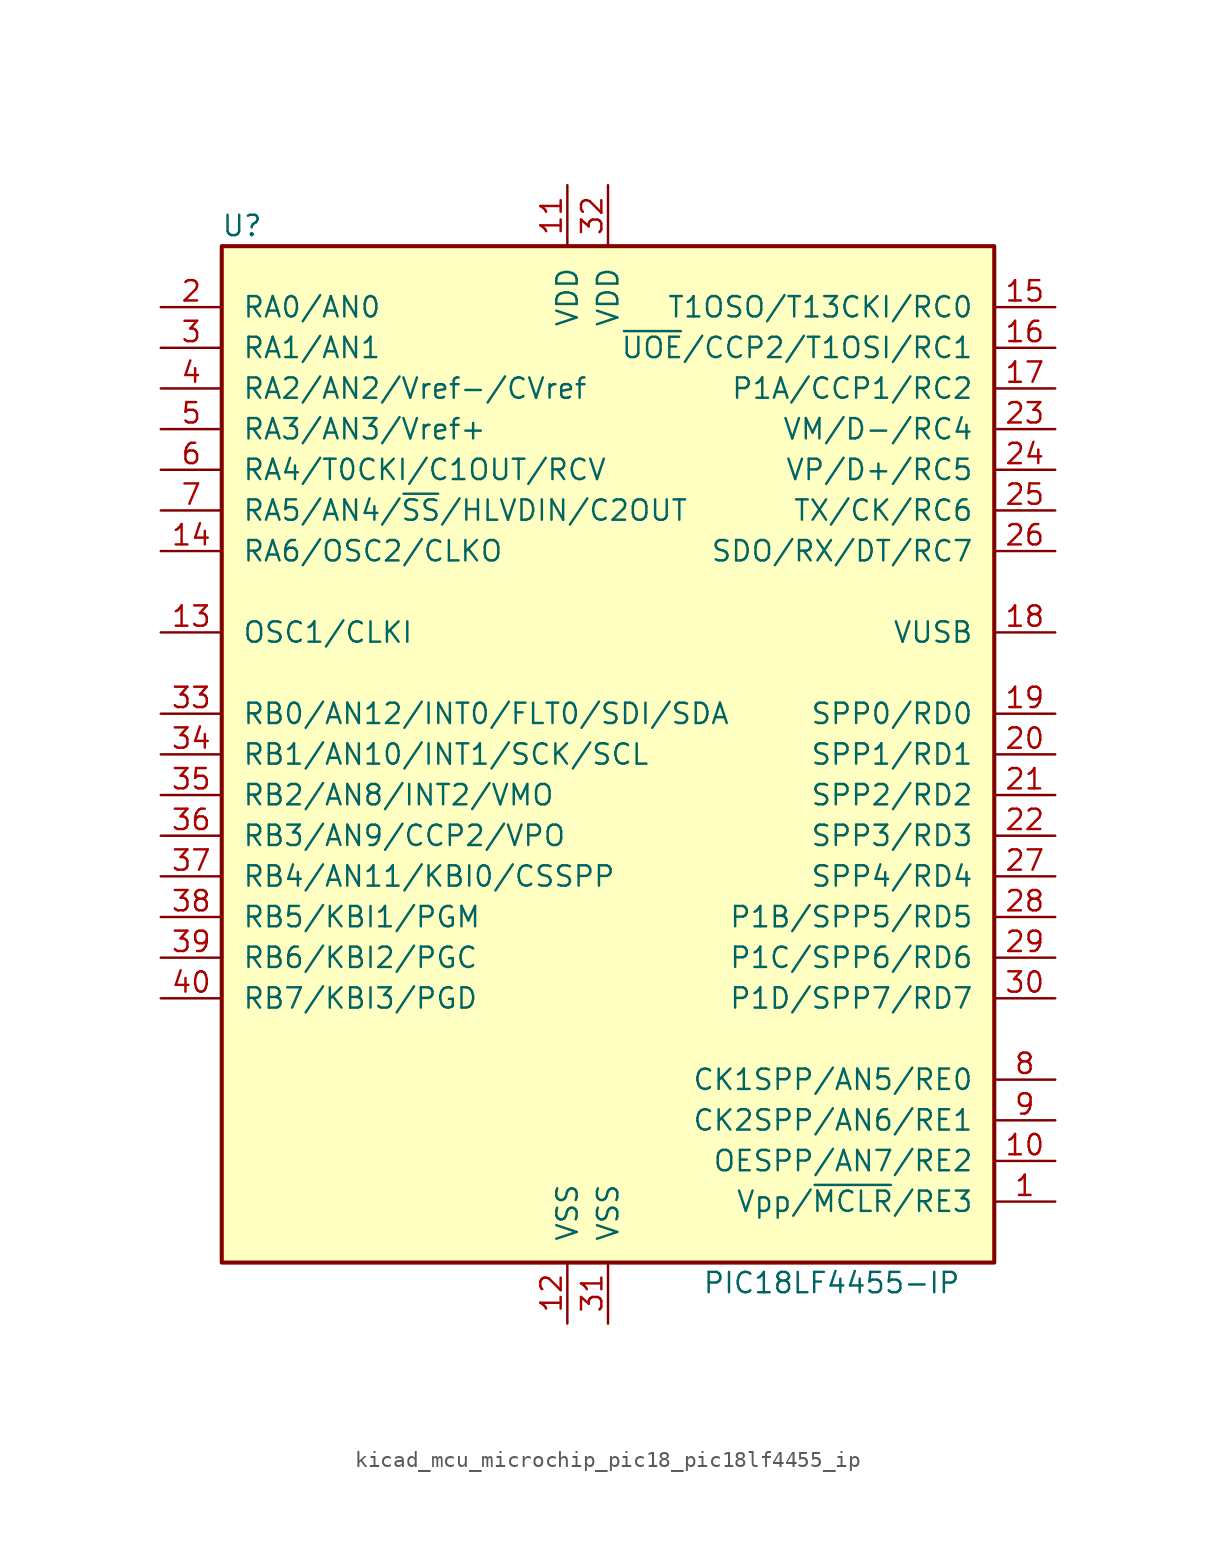
<source format=kicad_sym>
(kicad_symbol_lib
  (version 20220914)
  (generator kicad_symbol_editor)
  (symbol "kicad_mcu_microchip_pic18_pic18lf4455_ip"
    (pin_names
      (offset 1.27))
    (property "Reference" "U"
      (at -22.86 33.02 0)
      (effects (font (size 1.27 1.27))))
    (property "Value" "PIC18LF4455-IP"
      (at 13.97 -33.02 0)
      (effects (font (size 1.27 1.27))))
    (symbol "kicad_mcu_microchip_pic18_pic18lf4455_ip_0_1"
      (rectangle (start -24.13 31.75) (end 24.13 -31.75) (stroke (width 0.254) (type default)) (fill (type background))))
    (symbol "kicad_mcu_microchip_pic18_pic18lf4455_ip_1_1"
      (pin input line (at 27.94 -27.94 180) (length 3.81) (name "Vpp/~{MCLR}/RE3" (effects (font (size 1.27 1.27)))) (number "1" (effects (font (size 1.27 1.27)))))
      (pin bidirectional line (at 27.94 -25.4 180) (length 3.81) (name "OESPP/AN7/RE2" (effects (font (size 1.27 1.27)))) (number "10" (effects (font (size 1.27 1.27)))))
      (pin power_in line (at -2.54 35.56 270) (length 3.81) (name "VDD" (effects (font (size 1.27 1.27)))) (number "11" (effects (font (size 1.27 1.27)))))
      (pin power_in line (at -2.54 -35.56 90) (length 3.81) (name "VSS" (effects (font (size 1.27 1.27)))) (number "12" (effects (font (size 1.27 1.27)))))
      (pin input line (at -27.94 7.62 0) (length 3.81) (name "OSC1/CLKI" (effects (font (size 1.27 1.27)))) (number "13" (effects (font (size 1.27 1.27)))))
      (pin output line (at -27.94 12.7 0) (length 3.81) (name "RA6/OSC2/CLKO" (effects (font (size 1.27 1.27)))) (number "14" (effects (font (size 1.27 1.27)))))
      (pin bidirectional line (at 27.94 27.94 180) (length 3.81) (name "T1OSO/T13CKI/RC0" (effects (font (size 1.27 1.27)))) (number "15" (effects (font (size 1.27 1.27)))))
      (pin bidirectional line (at 27.94 25.4 180) (length 3.81) (name "~{UOE}/CCP2/T1OSI/RC1" (effects (font (size 1.27 1.27)))) (number "16" (effects (font (size 1.27 1.27)))))
      (pin bidirectional line (at 27.94 22.86 180) (length 3.81) (name "P1A/CCP1/RC2" (effects (font (size 1.27 1.27)))) (number "17" (effects (font (size 1.27 1.27)))))
      (pin bidirectional line (at 27.94 7.62 180) (length 3.81) (name "VUSB" (effects (font (size 1.27 1.27)))) (number "18" (effects (font (size 1.27 1.27)))))
      (pin bidirectional line (at 27.94 2.54 180) (length 3.81) (name "SPP0/RD0" (effects (font (size 1.27 1.27)))) (number "19" (effects (font (size 1.27 1.27)))))
      (pin bidirectional line (at -27.94 27.94 0) (length 3.81) (name "RA0/AN0" (effects (font (size 1.27 1.27)))) (number "2" (effects (font (size 1.27 1.27)))))
      (pin bidirectional line (at 27.94 0 180) (length 3.81) (name "SPP1/RD1" (effects (font (size 1.27 1.27)))) (number "20" (effects (font (size 1.27 1.27)))))
      (pin bidirectional line (at 27.94 -2.54 180) (length 3.81) (name "SPP2/RD2" (effects (font (size 1.27 1.27)))) (number "21" (effects (font (size 1.27 1.27)))))
      (pin bidirectional line (at 27.94 -5.08 180) (length 3.81) (name "SPP3/RD3" (effects (font (size 1.27 1.27)))) (number "22" (effects (font (size 1.27 1.27)))))
      (pin bidirectional line (at 27.94 20.32 180) (length 3.81) (name "VM/D-/RC4" (effects (font (size 1.27 1.27)))) (number "23" (effects (font (size 1.27 1.27)))))
      (pin bidirectional line (at 27.94 17.78 180) (length 3.81) (name "VP/D+/RC5" (effects (font (size 1.27 1.27)))) (number "24" (effects (font (size 1.27 1.27)))))
      (pin bidirectional line (at 27.94 15.24 180) (length 3.81) (name "TX/CK/RC6" (effects (font (size 1.27 1.27)))) (number "25" (effects (font (size 1.27 1.27)))))
      (pin bidirectional line (at 27.94 12.7 180) (length 3.81) (name "SDO/RX/DT/RC7" (effects (font (size 1.27 1.27)))) (number "26" (effects (font (size 1.27 1.27)))))
      (pin bidirectional line (at 27.94 -7.62 180) (length 3.81) (name "SPP4/RD4" (effects (font (size 1.27 1.27)))) (number "27" (effects (font (size 1.27 1.27)))))
      (pin bidirectional line (at 27.94 -10.16 180) (length 3.81) (name "P1B/SPP5/RD5" (effects (font (size 1.27 1.27)))) (number "28" (effects (font (size 1.27 1.27)))))
      (pin bidirectional line (at 27.94 -12.7 180) (length 3.81) (name "P1C/SPP6/RD6" (effects (font (size 1.27 1.27)))) (number "29" (effects (font (size 1.27 1.27)))))
      (pin bidirectional line (at -27.94 25.4 0) (length 3.81) (name "RA1/AN1" (effects (font (size 1.27 1.27)))) (number "3" (effects (font (size 1.27 1.27)))))
      (pin bidirectional line (at 27.94 -15.24 180) (length 3.81) (name "P1D/SPP7/RD7" (effects (font (size 1.27 1.27)))) (number "30" (effects (font (size 1.27 1.27)))))
      (pin power_in line (at 0 -35.56 90) (length 3.81) (name "VSS" (effects (font (size 1.27 1.27)))) (number "31" (effects (font (size 1.27 1.27)))))
      (pin power_in line (at 0 35.56 270) (length 3.81) (name "VDD" (effects (font (size 1.27 1.27)))) (number "32" (effects (font (size 1.27 1.27)))))
      (pin bidirectional line (at -27.94 2.54 0) (length 3.81) (name "RB0/AN12/INT0/FLT0/SDI/SDA" (effects (font (size 1.27 1.27)))) (number "33" (effects (font (size 1.27 1.27)))))
      (pin bidirectional line (at -27.94 0 0) (length 3.81) (name "RB1/AN10/INT1/SCK/SCL" (effects (font (size 1.27 1.27)))) (number "34" (effects (font (size 1.27 1.27)))))
      (pin bidirectional line (at -27.94 -2.54 0) (length 3.81) (name "RB2/AN8/INT2/VMO" (effects (font (size 1.27 1.27)))) (number "35" (effects (font (size 1.27 1.27)))))
      (pin bidirectional line (at -27.94 -5.08 0) (length 3.81) (name "RB3/AN9/CCP2/VPO" (effects (font (size 1.27 1.27)))) (number "36" (effects (font (size 1.27 1.27)))))
      (pin bidirectional line (at -27.94 -7.62 0) (length 3.81) (name "RB4/AN11/KBI0/CSSPP" (effects (font (size 1.27 1.27)))) (number "37" (effects (font (size 1.27 1.27)))))
      (pin bidirectional line (at -27.94 -10.16 0) (length 3.81) (name "RB5/KBI1/PGM" (effects (font (size 1.27 1.27)))) (number "38" (effects (font (size 1.27 1.27)))))
      (pin bidirectional line (at -27.94 -12.7 0) (length 3.81) (name "RB6/KBI2/PGC" (effects (font (size 1.27 1.27)))) (number "39" (effects (font (size 1.27 1.27)))))
      (pin bidirectional line (at -27.94 22.86 0) (length 3.81) (name "RA2/AN2/Vref-/CVref" (effects (font (size 1.27 1.27)))) (number "4" (effects (font (size 1.27 1.27)))))
      (pin bidirectional line (at -27.94 -15.24 0) (length 3.81) (name "RB7/KBI3/PGD" (effects (font (size 1.27 1.27)))) (number "40" (effects (font (size 1.27 1.27)))))
      (pin bidirectional line (at -27.94 20.32 0) (length 3.81) (name "RA3/AN3/Vref+" (effects (font (size 1.27 1.27)))) (number "5" (effects (font (size 1.27 1.27)))))
      (pin bidirectional line (at -27.94 17.78 0) (length 3.81) (name "RA4/T0CKI/C1OUT/RCV" (effects (font (size 1.27 1.27)))) (number "6" (effects (font (size 1.27 1.27)))))
      (pin bidirectional line (at -27.94 15.24 0) (length 3.81) (name "RA5/AN4/~{SS}/HLVDIN/C2OUT" (effects (font (size 1.27 1.27)))) (number "7" (effects (font (size 1.27 1.27)))))
      (pin bidirectional line (at 27.94 -20.32 180) (length 3.81) (name "CK1SPP/AN5/RE0" (effects (font (size 1.27 1.27)))) (number "8" (effects (font (size 1.27 1.27)))))
      (pin bidirectional line (at 27.94 -22.86 180) (length 3.81) (name "CK2SPP/AN6/RE1" (effects (font (size 1.27 1.27)))) (number "9" (effects (font (size 1.27 1.27))))))))
</source>
